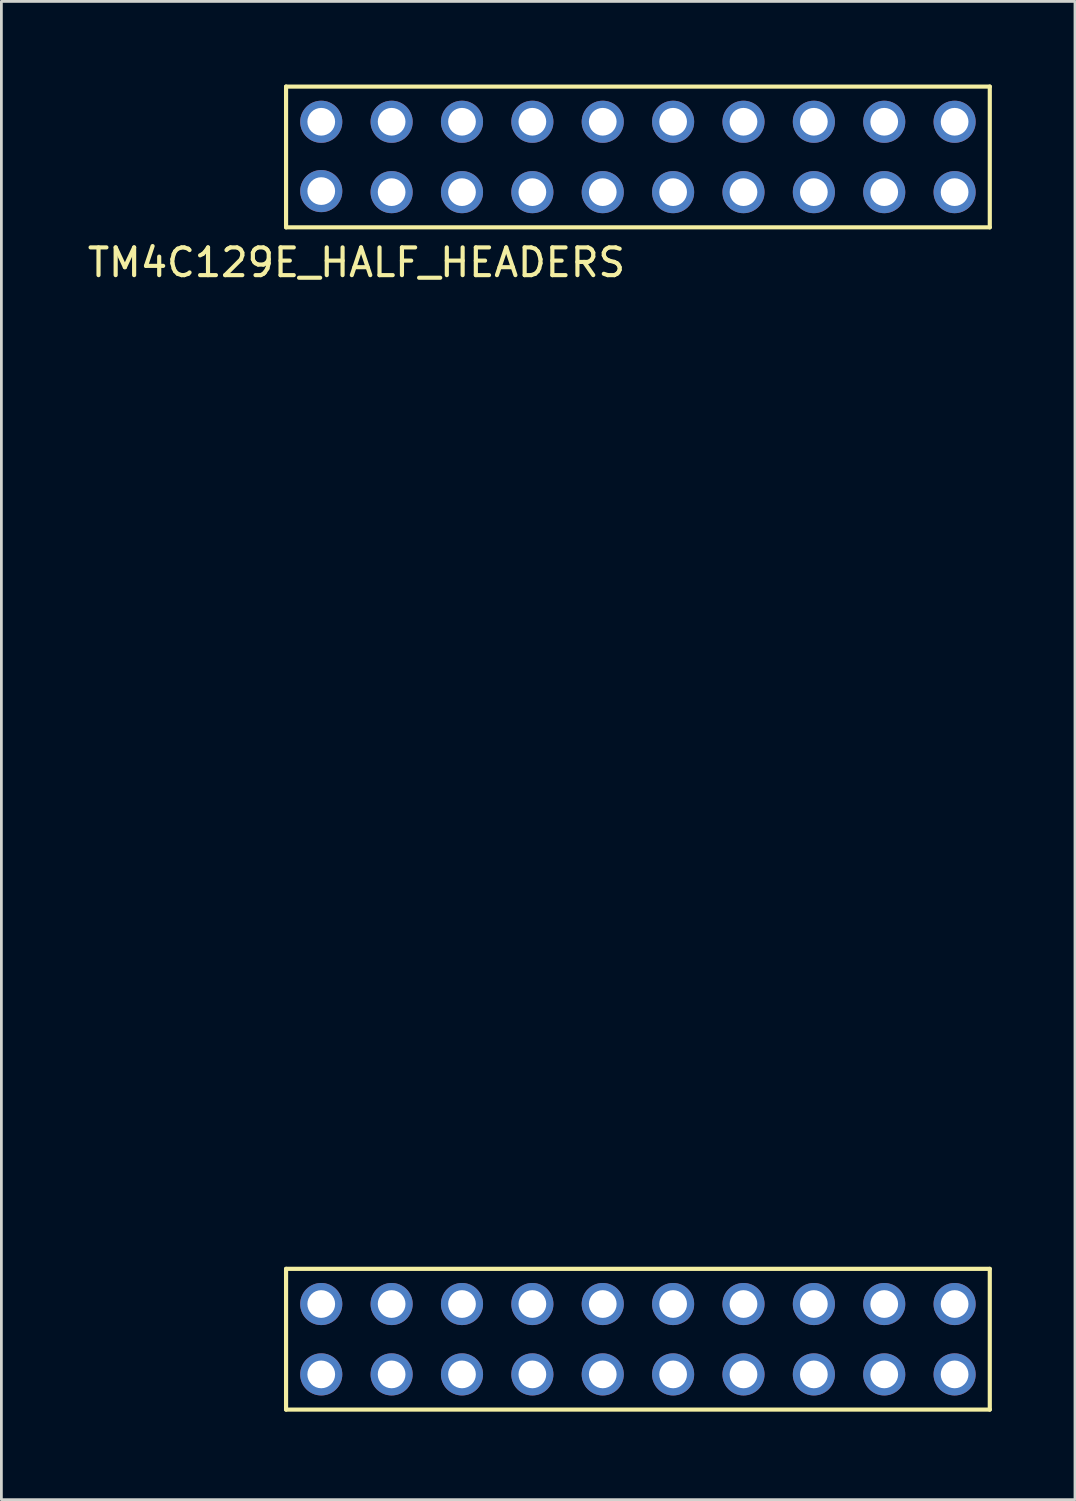
<source format=kicad_pcb>
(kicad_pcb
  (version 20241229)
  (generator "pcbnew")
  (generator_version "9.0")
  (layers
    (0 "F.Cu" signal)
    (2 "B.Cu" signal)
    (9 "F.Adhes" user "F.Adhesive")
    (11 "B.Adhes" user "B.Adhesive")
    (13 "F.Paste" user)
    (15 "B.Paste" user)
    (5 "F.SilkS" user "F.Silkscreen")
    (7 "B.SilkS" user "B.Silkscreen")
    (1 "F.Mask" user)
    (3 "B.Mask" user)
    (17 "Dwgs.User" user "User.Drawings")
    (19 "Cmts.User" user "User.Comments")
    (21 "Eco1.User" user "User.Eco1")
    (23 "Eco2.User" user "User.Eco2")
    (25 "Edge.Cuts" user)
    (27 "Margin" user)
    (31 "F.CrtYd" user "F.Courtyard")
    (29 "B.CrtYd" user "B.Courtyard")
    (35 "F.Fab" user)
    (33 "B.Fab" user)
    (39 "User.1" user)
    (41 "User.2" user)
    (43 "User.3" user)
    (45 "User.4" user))
  (footprint "TM4C129E_HALF_HEADERS"
    (layer "F.Cu")
    (at 7.275 47.827)
    (property "Reference" "TM4C129E_HALF_HEADERS" (at 2.54 -41.402 0) (layer "F.SilkS") (effects (font (size 1 1) (thickness 0.15))))
    (attr through_hole)
    (fp_line (start 0 -47.752) (end 0 -42.672) (stroke (width 0.15) (type solid)) (layer "F.SilkS"))
    (fp_line (start 0 -42.672) (end 25.4 -42.672) (stroke (width 0.15) (type solid)) (layer "F.SilkS"))
    (fp_line (start 0 -5.08) (end 0 0) (stroke (width 0.15) (type solid)) (layer "F.SilkS"))
    (fp_line (start 0 0) (end 25.4 0) (stroke (width 0.15) (type solid)) (layer "F.SilkS"))
    (fp_line (start 25.4 -47.752) (end 0 -47.752) (stroke (width 0.15) (type solid)) (layer "F.SilkS"))
    (fp_line (start 25.4 -42.672) (end 25.4 -47.752) (stroke (width 0.15) (type solid)) (layer "F.SilkS"))
    (fp_line (start 25.4 -5.08) (end 0 -5.08) (stroke (width 0.15) (type solid)) (layer "F.SilkS"))
    (fp_line (start 25.4 0) (end 25.4 -5.08) (stroke (width 0.15) (type solid)) (layer "F.SilkS"))
    (pad "A1" thru_hole circle (at 24.13 -46.482) (size 1.52 1.52) (drill 1) (layers "*.Cu" "*.Mask" "F.Paste"))
    (pad "A2" thru_hole circle (at 21.59 -46.482) (size 1.52 1.52) (drill 1) (layers "*.Cu" "*.Mask" "F.Paste"))
    (pad "A3" thru_hole circle (at 19.05 -46.482) (size 1.52 1.52) (drill 1) (layers "*.Cu" "*.Mask" "F.Paste"))
    (pad "A4" thru_hole circle (at 16.51 -46.482) (size 1.52 1.52) (drill 1) (layers "*.Cu" "*.Mask" "F.Paste"))
    (pad "A5" thru_hole circle (at 13.97 -46.482) (size 1.52 1.52) (drill 1) (layers "*.Cu" "*.Mask" "F.Paste"))
    (pad "A6" thru_hole circle (at 11.43 -46.482) (size 1.52 1.52) (drill 1) (layers "*.Cu" "*.Mask" "F.Paste"))
    (pad "A7" thru_hole circle (at 8.89 -46.482) (size 1.52 1.52) (drill 1) (layers "*.Cu" "*.Mask" "F.Paste"))
    (pad "A8" thru_hole circle (at 6.35 -46.482) (size 1.52 1.52) (drill 1) (layers "*.Cu" "*.Mask" "F.Paste"))
    (pad "A9" thru_hole circle (at 3.81 -46.482) (size 1.52 1.52) (drill 1) (layers "*.Cu" "*.Mask" "F.Paste"))
    (pad "A10" thru_hole circle (at 1.27 -46.482) (size 1.52 1.52) (drill 1) (layers "*.Cu" "*.Mask" "F.Paste"))
    (pad "B1" thru_hole circle (at 24.13 -43.942) (size 1.52 1.52) (drill 1) (layers "*.Cu" "*.Mask" "F.Paste"))
    (pad "B2" thru_hole circle (at 21.59 -43.942) (size 1.52 1.52) (drill 1) (layers "*.Cu" "*.Mask" "F.Paste"))
    (pad "B3" thru_hole circle (at 19.05 -43.942) (size 1.52 1.52) (drill 1) (layers "*.Cu" "*.Mask" "F.Paste"))
    (pad "B4" thru_hole circle (at 16.51 -43.942) (size 1.52 1.52) (drill 1) (layers "*.Cu" "*.Mask" "F.Paste"))
    (pad "B5" thru_hole circle (at 13.97 -43.942) (size 1.52 1.52) (drill 1) (layers "*.Cu" "*.Mask" "F.Paste"))
    (pad "B6" thru_hole circle (at 11.43 -43.942) (size 1.52 1.52) (drill 1) (layers "*.Cu" "*.Mask" "F.Paste"))
    (pad "B7" thru_hole circle (at 8.89 -43.942) (size 1.52 1.52) (drill 1) (layers "*.Cu" "*.Mask" "F.Paste"))
    (pad "B8" thru_hole circle (at 6.35 -43.942) (size 1.52 1.52) (drill 1) (layers "*.Cu" "*.Mask" "F.Paste"))
    (pad "B9" thru_hole circle (at 3.81 -43.942) (size 1.52 1.52) (drill 1) (layers "*.Cu" "*.Mask" "F.Paste"))
    (pad "B10" thru_hole circle (at 1.27 -43.98) (size 1.52 1.52) (drill 1) (layers "*.Cu" "*.Mask" "F.Paste"))
    (pad "C1" thru_hole circle (at 24.13 -3.81) (size 1.52 1.52) (drill 1) (layers "*.Cu" "*.Mask" "F.Paste"))
    (pad "C2" thru_hole circle (at 21.59 -3.81) (size 1.52 1.52) (drill 1) (layers "*.Cu" "*.Mask" "F.Paste"))
    (pad "C3" thru_hole circle (at 19.05 -3.81) (size 1.52 1.52) (drill 1) (layers "*.Cu" "*.Mask" "F.Paste"))
    (pad "C4" thru_hole circle (at 16.51 -3.81) (size 1.52 1.52) (drill 1) (layers "*.Cu" "*.Mask" "F.Paste"))
    (pad "C5" thru_hole circle (at 13.97 -3.81) (size 1.52 1.52) (drill 1) (layers "*.Cu" "*.Mask" "F.Paste"))
    (pad "C6" thru_hole circle (at 11.43 -3.81) (size 1.52 1.52) (drill 1) (layers "*.Cu" "*.Mask" "F.Paste"))
    (pad "C7" thru_hole circle (at 8.89 -3.81) (size 1.52 1.52) (drill 1) (layers "*.Cu" "*.Mask" "F.Paste"))
    (pad "C8" thru_hole circle (at 6.35 -3.81) (size 1.52 1.52) (drill 1) (layers "*.Cu" "*.Mask" "F.Paste"))
    (pad "C9" thru_hole circle (at 3.81 -3.81) (size 1.52 1.52) (drill 1) (layers "*.Cu" "*.Mask" "F.Paste"))
    (pad "C10" thru_hole circle (at 1.27 -3.81) (size 1.52 1.52) (drill 1) (layers "*.Cu" "*.Mask" "F.Paste"))
    (pad "D1" thru_hole circle (at 24.13 -1.27) (size 1.52 1.52) (drill 1) (layers "*.Cu" "*.Mask" "F.Paste"))
    (pad "D2" thru_hole circle (at 21.59 -1.27) (size 1.52 1.52) (drill 1) (layers "*.Cu" "*.Mask" "F.Paste"))
    (pad "D3" thru_hole circle (at 19.05 -1.27) (size 1.52 1.52) (drill 1) (layers "*.Cu" "*.Mask" "F.Paste"))
    (pad "D4" thru_hole circle (at 16.51 -1.27) (size 1.52 1.52) (drill 1) (layers "*.Cu" "*.Mask" "F.Paste"))
    (pad "D5" thru_hole circle (at 13.97 -1.27) (size 1.52 1.52) (drill 1) (layers "*.Cu" "*.Mask" "F.Paste"))
    (pad "D6" thru_hole circle (at 11.43 -1.27) (size 1.52 1.52) (drill 1) (layers "*.Cu" "*.Mask" "F.Paste"))
    (pad "D7" thru_hole circle (at 8.89 -1.27) (size 1.52 1.52) (drill 1) (layers "*.Cu" "*.Mask" "F.Paste"))
    (pad "D8" thru_hole circle (at 6.35 -1.27) (size 1.52 1.52) (drill 1) (layers "*.Cu" "*.Mask" "F.Paste"))
    (pad "D9" thru_hole circle (at 3.81 -1.27) (size 1.52 1.52) (drill 1) (layers "*.Cu" "*.Mask" "F.Paste"))
    (pad "D10" thru_hole circle (at 1.27 -1.27) (size 1.52 1.52) (drill 1) (layers "*.Cu" "*.Mask" "F.Paste")))
  (gr_rect
    (start -3 -3)
    (end 35.75 51.077)
    (stroke (width 0.1) (type default))
    (fill no)
    (layer "Edge.Cuts")))
</source>
